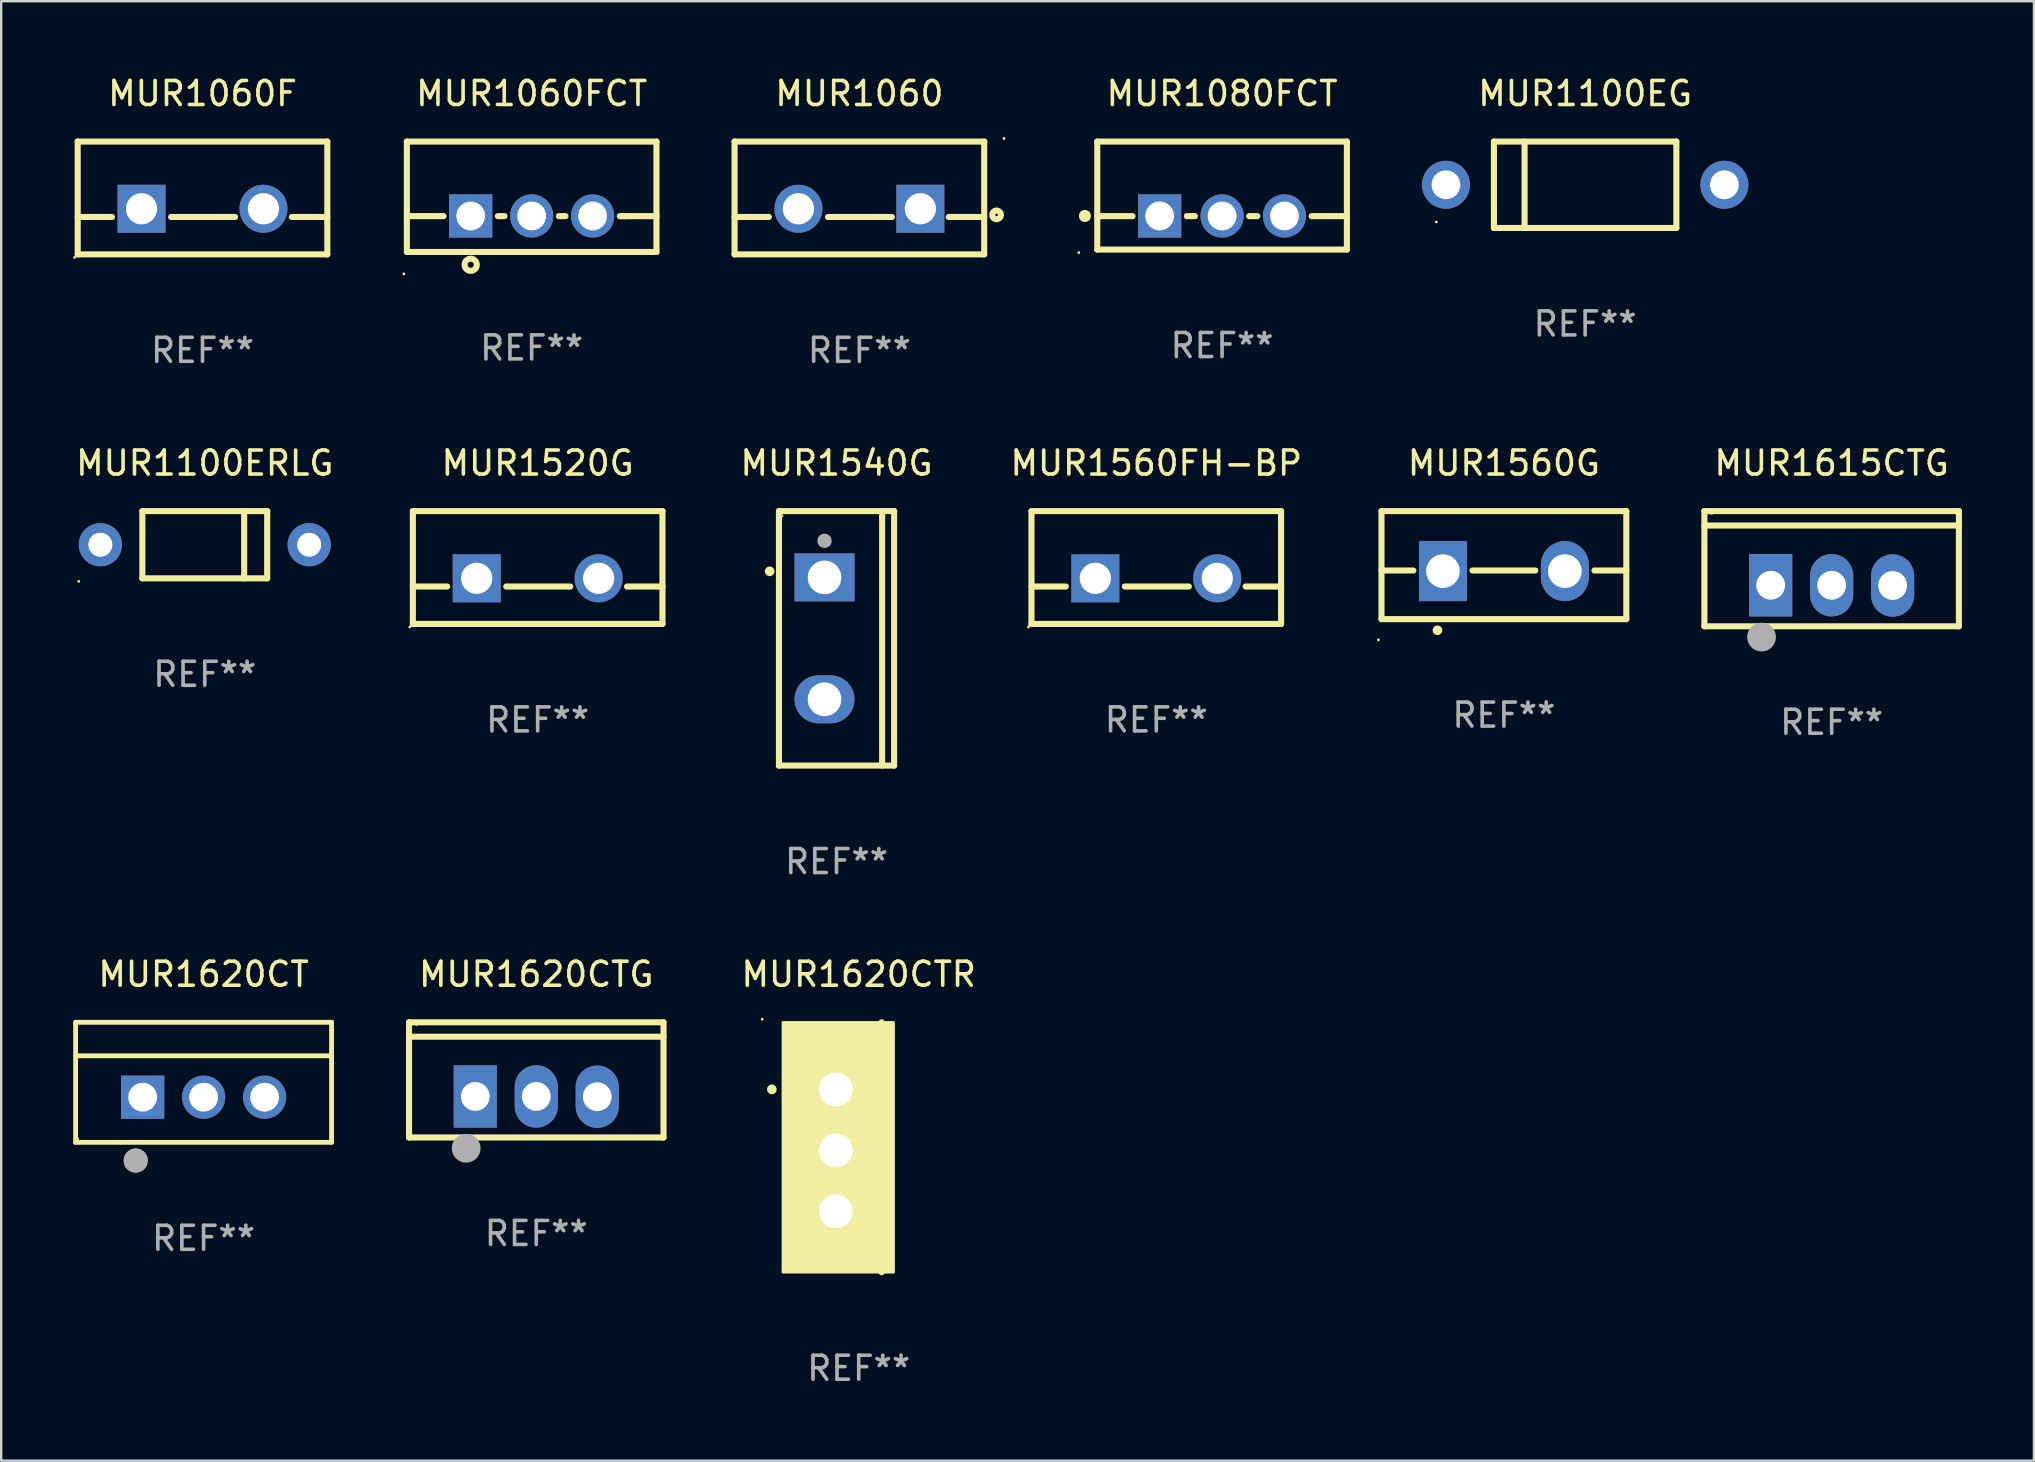
<source format=kicad_pcb>
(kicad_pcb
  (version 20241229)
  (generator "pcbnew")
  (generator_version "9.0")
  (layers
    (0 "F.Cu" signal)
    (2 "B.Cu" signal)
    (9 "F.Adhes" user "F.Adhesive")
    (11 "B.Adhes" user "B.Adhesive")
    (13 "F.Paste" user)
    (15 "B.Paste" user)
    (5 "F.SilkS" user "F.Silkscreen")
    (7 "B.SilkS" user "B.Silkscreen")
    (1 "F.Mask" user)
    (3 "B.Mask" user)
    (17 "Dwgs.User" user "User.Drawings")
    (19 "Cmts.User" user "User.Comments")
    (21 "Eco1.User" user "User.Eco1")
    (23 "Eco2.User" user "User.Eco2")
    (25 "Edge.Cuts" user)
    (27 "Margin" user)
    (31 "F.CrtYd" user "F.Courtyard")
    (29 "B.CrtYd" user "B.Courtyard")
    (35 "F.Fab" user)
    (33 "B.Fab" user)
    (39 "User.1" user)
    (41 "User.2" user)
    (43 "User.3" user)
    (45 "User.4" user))
  (footprint "MUR1615CTG"
    (layer "F.Cu")
    (at 73.263 20.644)
    (property "Reference" "MUR1615CTG" (at 0 -4.399 0) (layer "F.SilkS") (effects (font (size 1 1) (thickness 0.15))))
    (attr through_hole)
    (fp_line (start -5.301 -2.399) (end 5.301 -2.399) (stroke (width 0.254) (type solid)) (layer "F.SilkS"))
    (fp_line (start -5.301 -2.394) (end -5.301 -2.399) (stroke (width 0.254) (type solid)) (layer "F.SilkS"))
    (fp_line (start -5.301 2.399) (end -5.301 -2.394) (stroke (width 0.254) (type solid)) (layer "F.SilkS"))
    (fp_line (start 5.3 -1.8) (end -5.3 -1.8) (stroke (width 0.254) (type solid)) (layer "F.SilkS"))
    (fp_line (start 5.301 -2.399) (end 5.301 2.399) (stroke (width 0.254) (type solid)) (layer "F.SilkS"))
    (fp_line (start 5.301 2.399) (end -5.301 2.399) (stroke (width 0.254) (type solid)) (layer "F.SilkS"))
    (fp_arc (start -2.769977 3.025032) (mid -2.768707 3.025028) (end -2.767437 3.025032) (stroke (width 0.4) (type solid)) (layer "F.SilkS"))
    (fp_circle (center -5 -2.305) (end -4.97 -2.305) (stroke (width 0.06) (type solid)) (fill no) (layer "F.SilkS"))
    (fp_circle (center -2.921 2.849) (end -2.621 2.849) (stroke (width 0.6) (type solid)) (fill no) (layer "F.Fab"))
    (fp_text user "REF**" (at 0 6.399 0) (layer "F.Fab") (effects (font (size 1 1) (thickness 0.15))))
    (pad "1" thru_hole rect (at -2.54 0.69) (size 1.8 2.6) (drill 1.2) (layers "*.Cu" "*.Mask"))
    (pad "2" thru_hole oval (at 0 0.69) (size 1.8 2.6) (drill 1.2) (layers "*.Cu" "*.Mask"))
    (pad "3" thru_hole oval (at 2.54 0.7) (size 1.8 2.6) (drill 1.2) (layers "*.Cu" "*.Mask")))
  (footprint "MUR1620CTG"
    (layer "F.Cu")
    (at 19.293 41.942)
    (property "Reference" "MUR1620CTG" (at 0 -4.399 0) (layer "F.SilkS") (effects (font (size 1 1) (thickness 0.15))))
    (attr through_hole)
    (fp_line (start -5.301 -2.399) (end 5.301 -2.399) (stroke (width 0.254) (type solid)) (layer "F.SilkS"))
    (fp_line (start -5.301 -2.394) (end -5.301 -2.399) (stroke (width 0.254) (type solid)) (layer "F.SilkS"))
    (fp_line (start -5.301 2.399) (end -5.301 -2.394) (stroke (width 0.254) (type solid)) (layer "F.SilkS"))
    (fp_line (start 5.3 -1.8) (end -5.3 -1.8) (stroke (width 0.254) (type solid)) (layer "F.SilkS"))
    (fp_line (start 5.301 -2.399) (end 5.301 2.399) (stroke (width 0.254) (type solid)) (layer "F.SilkS"))
    (fp_line (start 5.301 2.399) (end -5.301 2.399) (stroke (width 0.254) (type solid)) (layer "F.SilkS"))
    (fp_arc (start -2.769977 3.025032) (mid -2.768707 3.025028) (end -2.767437 3.025032) (stroke (width 0.4) (type solid)) (layer "F.SilkS"))
    (fp_circle (center -5 -2.305) (end -4.97 -2.305) (stroke (width 0.06) (type solid)) (fill no) (layer "F.SilkS"))
    (fp_circle (center -2.921 2.849) (end -2.621 2.849) (stroke (width 0.6) (type solid)) (fill no) (layer "F.Fab"))
    (fp_text user "REF**" (at 0 6.399 0) (layer "F.Fab") (effects (font (size 1 1) (thickness 0.15))))
    (pad "1" thru_hole rect (at -2.54 0.69) (size 1.8 2.6) (drill 1.2) (layers "*.Cu" "*.Mask"))
    (pad "2" thru_hole oval (at 0 0.69) (size 1.8 2.6) (drill 1.2) (layers "*.Cu" "*.Mask"))
    (pad "3" thru_hole oval (at 2.54 0.7) (size 1.8 2.6) (drill 1.2) (layers "*.Cu" "*.Mask")))
  (footprint "MUR1060F"
    (layer "F.Cu")
    (at 5.387 5.198)
    (property "Reference" "MUR1060F" (at 0 -4.35 0) (layer "F.SilkS") (effects (font (size 1 1) (thickness 0.15))))
    (attr through_hole)
    (fp_line (start -5.2 -2.35) (end -5.2 2.35) (stroke (width 0.254) (type solid)) (layer "F.SilkS"))
    (fp_line (start -5.2 -2.35) (end 5.2 -2.35) (stroke (width 0.254) (type solid)) (layer "F.SilkS"))
    (fp_line (start -5.2 0.792) (end -3.771 0.792) (stroke (width 0.254) (type solid)) (layer "F.SilkS"))
    (fp_line (start -5.2 2.35) (end 5.2 2.35) (stroke (width 0.254) (type solid)) (layer "F.SilkS"))
    (fp_line (start -1.309 0.792) (end 1.357 0.792) (stroke (width 0.254) (type solid)) (layer "F.SilkS"))
    (fp_line (start 3.723 0.792) (end 5.2 0.792) (stroke (width 0.254) (type solid)) (layer "F.SilkS"))
    (fp_line (start 5.2 -2.35) (end 5.2 2.35) (stroke (width 0.254) (type solid)) (layer "F.SilkS"))
    (fp_circle (center -5.327 2.477) (end -5.297 2.477) (stroke (width 0.06) (type solid)) (fill no) (layer "F.SilkS"))
    (fp_text user "REF**" (at 0 6.35 0) (layer "F.Fab") (effects (font (size 1 1) (thickness 0.15))))
    (pad "1" thru_hole rect (at -2.54 0.45) (size 2 2) (drill 1.3) (layers "*.Cu" "*.Mask"))
    (pad "2" thru_hole circle (at 2.54 0.45) (size 2 2) (drill 1.3) (layers "*.Cu" "*.Mask")))
  (footprint "MUR1620CT"
    (layer "F.Cu")
    (at 5.432 42.043)
    (property "Reference" "MUR1620CT" (at 0 -4.5 0) (layer "F.SilkS") (effects (font (size 1 1) (thickness 0.15))))
    (attr through_hole)
    (fp_line (start -5.332 2.5) (end -5.332 -2.5) (stroke (width 0.201) (type solid)) (layer "F.SilkS"))
    (fp_line (start -5.328 -2.5) (end 5.332 -2.5) (stroke (width 0.201) (type solid)) (layer "F.SilkS"))
    (fp_line (start -5.328 -1.104) (end 5.332 -1.104) (stroke (width 0.201) (type solid)) (layer "F.SilkS"))
    (fp_line (start 5.332 -2.5) (end 5.332 2.5) (stroke (width 0.201) (type solid)) (layer "F.SilkS"))
    (fp_line (start 5.332 2.5) (end -5.332 2.5) (stroke (width 0.201) (type solid)) (layer "F.SilkS"))
    (fp_circle (center -5.248 2.35) (end -5.218 2.35) (stroke (width 0.06) (type solid)) (fill no) (layer "F.SilkS"))
    (fp_circle (center -2.828 3.26) (end -2.578 3.26) (stroke (width 0.5) (type solid)) (fill no) (layer "F.SilkS"))
    (fp_circle (center -2.828 3.26) (end -2.578 3.26) (stroke (width 0.5) (type solid)) (fill no) (layer "F.Fab"))
    (fp_text user "REF**" (at 0 6.5 0) (layer "F.Fab") (effects (font (size 1 1) (thickness 0.15))))
    (pad "1" thru_hole rect (at -2.538 0.62) (size 1.8 1.8) (drill 1.2) (layers "*.Cu" "*.Mask"))
    (pad "2" thru_hole circle (at 0.002 0.62) (size 1.8 1.8) (drill 1.2) (layers "*.Cu" "*.Mask"))
    (pad "3" thru_hole circle (at 2.542 0.62) (size 1.8 1.8) (drill 1.2) (layers "*.Cu" "*.Mask")))
  (footprint "MUR1520G"
    (layer "F.Cu")
    (at 19.351 20.595)
    (property "Reference" "MUR1520G" (at 0 -4.35 0) (layer "F.SilkS") (effects (font (size 1 1) (thickness 0.15))))
    (attr through_hole)
    (fp_line (start -5.2 -2.35) (end -5.2 2.35) (stroke (width 0.254) (type solid)) (layer "F.SilkS"))
    (fp_line (start -5.2 -2.35) (end 5.2 -2.35) (stroke (width 0.254) (type solid)) (layer "F.SilkS"))
    (fp_line (start -5.2 0.792) (end -3.771 0.792) (stroke (width 0.254) (type solid)) (layer "F.SilkS"))
    (fp_line (start -5.2 2.35) (end 5.2 2.35) (stroke (width 0.254) (type solid)) (layer "F.SilkS"))
    (fp_line (start -1.309 0.792) (end 1.357 0.792) (stroke (width 0.254) (type solid)) (layer "F.SilkS"))
    (fp_line (start 3.723 0.792) (end 5.2 0.792) (stroke (width 0.254) (type solid)) (layer "F.SilkS"))
    (fp_line (start 5.2 -2.35) (end 5.2 2.35) (stroke (width 0.254) (type solid)) (layer "F.SilkS"))
    (fp_circle (center -5.327 2.477) (end -5.297 2.477) (stroke (width 0.06) (type solid)) (fill no) (layer "F.SilkS"))
    (fp_text user "REF**" (at 0 6.35 0) (layer "F.Fab") (effects (font (size 1 1) (thickness 0.15))))
    (pad "1" thru_hole rect (at -2.54 0.45) (size 2 2) (drill 1.3) (layers "*.Cu" "*.Mask"))
    (pad "2" thru_hole circle (at 2.54 0.45) (size 2 2) (drill 1.3) (layers "*.Cu" "*.Mask")))
  (footprint "MUR1620CTR"
    (layer "F.Cu")
    (at 32.727 44.75)
    (property "Reference" "MUR1620CTR" (at 0 -7.207 0) (layer "F.SilkS") (effects (font (size 1 1) (thickness 0.15))))
    (attr through_hole)
    (fp_line (start 0.953 5.207) (end 0.953 -5.207) (stroke (width 0.254) (type solid)) (layer "F.SilkS"))
    (fp_arc (start -3.619507 -2.410465) (mid -3.619511 -2.411735) (end -3.619507 -2.413005) (stroke (width 0.4) (type solid)) (layer "F.SilkS"))
    (fp_circle (center -4.02 -5.334) (end -3.99 -5.334) (stroke (width 0.06) (type solid)) (fill no) (layer "F.SilkS"))
    (fp_poly (pts (xy -3.152 -5.2) (xy 1.448 -5.2) (xy 1.448 5.2) (xy -3.152 5.2)) (stroke (width 0.12) (type solid)) (fill yes) (layer "F.SilkS"))
    (fp_text user "REF**" (at 0 9.207 0) (layer "F.Fab") (effects (font (size 1 1) (thickness 0.15))))
    (pad "1" thru_hole rect (at -0.953 -2.413 270) (size 2 2.5) (drill 1.4) (layers "*.Cu" "*.Mask"))
    (pad "2" thru_hole oval (at -0.953 0.127 270) (size 2 2.5) (drill 1.4) (layers "*.Cu" "*.Mask"))
    (pad "3" thru_hole oval (at -0.953 2.667 270) (size 2 2.5) (drill 1.4) (layers "*.Cu" "*.Mask")))
  (footprint "MUR1080FCT"
    (layer "F.Cu")
    (at 47.866 5.098)
    (property "Reference" "MUR1080FCT" (at 0 -4.25 0) (layer "F.SilkS") (effects (font (size 1 1) (thickness 0.15))))
    (attr through_hole)
    (fp_line (start -5.2 -2.25) (end -5.2 2.25) (stroke (width 0.254) (type solid)) (layer "F.SilkS"))
    (fp_line (start -5.2 -2.25) (end 5.2 -2.25) (stroke (width 0.254) (type solid)) (layer "F.SilkS"))
    (fp_line (start -5.2 0.857) (end -3.731 0.857) (stroke (width 0.254) (type solid)) (layer "F.SilkS"))
    (fp_line (start -5.2 2.25) (end 5.2 2.25) (stroke (width 0.254) (type solid)) (layer "F.SilkS"))
    (fp_line (start -1.469 0.857) (end -1.131 0.857) (stroke (width 0.254) (type solid)) (layer "F.SilkS"))
    (fp_line (start 1.131 0.857) (end 1.469 0.857) (stroke (width 0.254) (type solid)) (layer "F.SilkS"))
    (fp_line (start 3.731 0.857) (end 5.2 0.857) (stroke (width 0.254) (type solid)) (layer "F.SilkS"))
    (fp_line (start 5.2 -2.25) (end 5.2 2.25) (stroke (width 0.254) (type solid)) (layer "F.SilkS"))
    (fp_circle (center -5.969 2.377) (end -5.939 2.377) (stroke (width 0.06) (type solid)) (fill no) (layer "F.SilkS"))
    (fp_circle (center -5.715 0.85) (end -5.588 0.85) (stroke (width 0.254) (type solid)) (fill no) (layer "F.SilkS"))
    (fp_text user "REF**" (at 0 6.25 0) (layer "F.Fab") (effects (font (size 1 1) (thickness 0.15))))
    (pad "1" thru_hole rect (at -2.6 0.85) (size 1.8 1.8) (drill 1.2) (layers "*.Cu" "*.Mask"))
    (pad "2" thru_hole circle (at 0 0.85) (size 1.8 1.8) (drill 1.2) (layers "*.Cu" "*.Mask"))
    (pad "3" thru_hole circle (at 2.6 0.85) (size 1.8 1.8) (drill 1.2) (layers "*.Cu" "*.Mask")))
  (footprint "MUR1060"
    (layer "F.Cu")
    (at 32.755 5.198)
    (property "Reference" "MUR1060" (at 0 -4.35 0) (layer "F.SilkS") (effects (font (size 1 1) (thickness 0.15))))
    (attr through_hole)
    (fp_line (start -5.2 -2.35) (end -5.2 2.35) (stroke (width 0.254) (type solid)) (layer "F.SilkS"))
    (fp_line (start -5.2 -2.35) (end 5.2 -2.35) (stroke (width 0.254) (type solid)) (layer "F.SilkS"))
    (fp_line (start -5.2 0.792) (end -3.771 0.792) (stroke (width 0.254) (type solid)) (layer "F.SilkS"))
    (fp_line (start -5.2 2.35) (end 5.2 2.35) (stroke (width 0.254) (type solid)) (layer "F.SilkS"))
    (fp_line (start -1.309 0.792) (end 1.357 0.792) (stroke (width 0.254) (type solid)) (layer "F.SilkS"))
    (fp_line (start 3.723 0.792) (end 5.2 0.792) (stroke (width 0.254) (type solid)) (layer "F.SilkS"))
    (fp_line (start 5.2 -2.35) (end 5.2 2.35) (stroke (width 0.254) (type solid)) (layer "F.SilkS"))
    (fp_circle (center 5.715 0.704) (end 5.895 0.704) (stroke (width 0.254) (type solid)) (fill no) (layer "F.SilkS"))
    (fp_circle (center 6.022 -2.477) (end 6.052 -2.477) (stroke (width 0.06) (type solid)) (fill no) (layer "F.SilkS"))
    (fp_text user "REF**" (at 0 6.35 0) (layer "F.Fab") (effects (font (size 1 1) (thickness 0.15))))
    (pad "1" thru_hole rect (at 2.54 0.45) (size 2 2) (drill 1.3) (layers "*.Cu" "*.Mask"))
    (pad "2" thru_hole circle (at -2.54 0.45) (size 2 2) (drill 1.3) (layers "*.Cu" "*.Mask")))
  (footprint "MUR1100EG"
    (layer "F.Cu")
    (at 62.993 4.648)
    (property "Reference" "MUR1100EG" (at 0 -3.8 0) (layer "F.SilkS") (effects (font (size 1 1) (thickness 0.15))))
    (attr through_hole)
    (fp_line (start -3.8 -1.8) (end -3.8 1.8) (stroke (width 0.254) (type solid)) (layer "F.SilkS"))
    (fp_line (start -3.8 -1.8) (end 3.8 -1.8) (stroke (width 0.254) (type solid)) (layer "F.SilkS"))
    (fp_line (start -3.8 1.8) (end 3.8 1.8) (stroke (width 0.254) (type solid)) (layer "F.SilkS"))
    (fp_line (start -2.524 -1.8) (end -2.524 1.8) (stroke (width 0.254) (type solid)) (layer "F.SilkS"))
    (fp_line (start 3.8 -1.8) (end 3.8 1.8) (stroke (width 0.254) (type solid)) (layer "F.SilkS"))
    (fp_circle (center -6.2 1.55) (end -6.17 1.55) (stroke (width 0.06) (type solid)) (fill no) (layer "F.SilkS"))
    (fp_text user "REF**" (at 0 5.8 0) (layer "F.Fab") (effects (font (size 1 1) (thickness 0.15))))
    (pad "1" thru_hole circle (at -5.8 0) (size 2 2) (drill 1.2) (layers "*.Cu" "*.Mask"))
    (pad "2" thru_hole circle (at 5.8 0) (size 2 2) (drill 1.2) (layers "*.Cu" "*.Mask")))
  (footprint "MUR1100ERLG"
    (layer "F.Cu")
    (at 5.482 19.645)
    (property "Reference" "MUR1100ERLG" (at 0 -3.4 0) (layer "F.SilkS") (effects (font (size 1 1) (thickness 0.15))))
    (attr through_hole)
    (fp_line (start -2.6 1.4) (end -2.6 -1.4) (stroke (width 0.254) (type solid)) (layer "F.SilkS"))
    (fp_line (start 1.641 1.4) (end 1.641 -1.4) (stroke (width 0.254) (type solid)) (layer "F.SilkS"))
    (fp_line (start 2.6 -1.4) (end -2.6 -1.4) (stroke (width 0.254) (type solid)) (layer "F.SilkS"))
    (fp_line (start 2.6 1.4) (end -2.6 1.4) (stroke (width 0.254) (type solid)) (layer "F.SilkS"))
    (fp_line (start 2.6 1.4) (end 2.6 -1.4) (stroke (width 0.254) (type solid)) (layer "F.SilkS"))
    (fp_circle (center -5.25 1.527) (end -5.22 1.527) (stroke (width 0.06) (type solid)) (fill no) (layer "F.SilkS"))
    (fp_text user "REF**" (at 0 5.4 0) (layer "F.Fab") (effects (font (size 1 1) (thickness 0.15))))
    (pad "1" thru_hole circle (at -4.35 0) (size 1.8 1.8) (drill 1) (layers "*.Cu" "*.Mask"))
    (pad "2" thru_hole circle (at 4.35 0) (size 1.8 1.8) (drill 1) (layers "*.Cu" "*.Mask")))
  (footprint "MUR1060FCT"
    (layer "F.Cu")
    (at 19.101 5.148)
    (property "Reference" "MUR1060FCT" (at 0 -4.3 0) (layer "F.SilkS") (effects (font (size 1 1) (thickness 0.15))))
    (attr through_hole)
    (fp_line (start -5.2 -2.3) (end -5.2 2.3) (stroke (width 0.254) (type solid)) (layer "F.SilkS"))
    (fp_line (start -5.2 -2.3) (end 5.2 -2.3) (stroke (width 0.254) (type solid)) (layer "F.SilkS"))
    (fp_line (start -5.2 0.807) (end -3.731 0.807) (stroke (width 0.254) (type solid)) (layer "F.SilkS"))
    (fp_line (start -5.2 2.3) (end 5.2 2.3) (stroke (width 0.254) (type solid)) (layer "F.SilkS"))
    (fp_line (start -3.731 0.807) (end -3.671 0.807) (stroke (width 0.254) (type solid)) (layer "F.SilkS"))
    (fp_line (start -1.409 0.807) (end -1.131 0.807) (stroke (width 0.254) (type solid)) (layer "F.SilkS"))
    (fp_line (start 1.131 0.807) (end 1.409 0.807) (stroke (width 0.254) (type solid)) (layer "F.SilkS"))
    (fp_line (start 3.671 0.807) (end 3.926 0.807) (stroke (width 0.254) (type solid)) (layer "F.SilkS"))
    (fp_line (start 3.731 0.807) (end 5.2 0.807) (stroke (width 0.254) (type solid)) (layer "F.SilkS"))
    (fp_line (start 5.2 -2.3) (end 5.2 2.3) (stroke (width 0.254) (type solid)) (layer "F.SilkS"))
    (fp_circle (center -5.327 3.213) (end -5.297 3.213) (stroke (width 0.06) (type solid)) (fill no) (layer "F.SilkS"))
    (fp_circle (center -2.54 2.832) (end -2.286 2.832) (stroke (width 0.254) (type solid)) (fill no) (layer "F.SilkS"))
    (fp_text user "REF**" (at 0 6.3 0) (layer "F.Fab") (effects (font (size 1 1) (thickness 0.15))))
    (pad "1" thru_hole rect (at -2.54 0.8) (size 1.8 1.8) (drill 1.2) (layers "*.Cu" "*.Mask"))
    (pad "2" thru_hole circle (at 0 0.8) (size 1.8 1.8) (drill 1.2) (layers "*.Cu" "*.Mask"))
    (pad "3" thru_hole circle (at 2.54 0.8) (size 1.8 1.8) (drill 1.2) (layers "*.Cu" "*.Mask")))
  (footprint "MUR1540G"
    (layer "F.Cu")
    (at 31.803 23.546)
    (property "Reference" "MUR1540G" (at 0 -7.301 0) (layer "F.SilkS") (effects (font (size 1 1) (thickness 0.15))))
    (attr through_hole)
    (fp_line (start -2.399 -5.301) (end 2.394 -5.301) (stroke (width 0.254) (type solid)) (layer "F.SilkS"))
    (fp_line (start -2.399 5.301) (end -2.399 -5.301) (stroke (width 0.254) (type solid)) (layer "F.SilkS"))
    (fp_line (start 1.9 -5.061) (end 1.9 -5.3) (stroke (width 0.254) (type solid)) (layer "F.SilkS"))
    (fp_line (start 1.9 5.3) (end 1.9 -5.061) (stroke (width 0.254) (type solid)) (layer "F.SilkS"))
    (fp_line (start 2.394 -5.301) (end 2.399 -5.301) (stroke (width 0.254) (type solid)) (layer "F.SilkS"))
    (fp_line (start 2.399 -5.301) (end 2.399 5.301) (stroke (width 0.254) (type solid)) (layer "F.SilkS"))
    (fp_line (start 2.399 5.301) (end -2.399 5.301) (stroke (width 0.254) (type solid)) (layer "F.SilkS"))
    (fp_arc (start -2.786043 -2.791466) (mid -2.786047 -2.792736) (end -2.786043 -2.794006) (stroke (width 0.4) (type solid)) (layer "F.SilkS"))
    (fp_circle (center -2.275 -5.1) (end -2.245 -5.1) (stroke (width 0.06) (type solid)) (fill no) (layer "F.SilkS"))
    (fp_circle (center -0.5 -4.064) (end -0.35 -4.064) (stroke (width 0.3) (type solid)) (fill no) (layer "F.Fab"))
    (fp_text user "REF**" (at 0 9.301 0) (layer "F.Fab") (effects (font (size 1 1) (thickness 0.15))))
    (pad "1" thru_hole rect (at -0.5 -2.54 270) (size 2 2.5) (drill 1.4) (layers "*.Cu" "*.Mask"))
    (pad "3" thru_hole oval (at -0.5 2.54 270) (size 2 2.5) (drill 1.4) (layers "*.Cu" "*.Mask")))
  (footprint "MUR1560G"
    (layer "F.Cu")
    (at 59.608 20.495)
    (property "Reference" "MUR1560G" (at 0 -4.25 0) (layer "F.SilkS") (effects (font (size 1 1) (thickness 0.15))))
    (attr through_hole)
    (fp_line (start -5.1 -2.25) (end -5.1 2.25) (stroke (width 0.254) (type solid)) (layer "F.SilkS"))
    (fp_line (start -5.1 0.224) (end -3.772 0.224) (stroke (width 0.254) (type solid)) (layer "F.SilkS"))
    (fp_line (start -5.1 2.25) (end 5.1 2.25) (stroke (width 0.254) (type solid)) (layer "F.SilkS"))
    (fp_line (start -1.308 0.224) (end 1.309 0.224) (stroke (width 0.254) (type solid)) (layer "F.SilkS"))
    (fp_line (start 3.771 0.224) (end 5.1 0.224) (stroke (width 0.254) (type solid)) (layer "F.SilkS"))
    (fp_line (start 5.1 -2.25) (end -5.1 -2.25) (stroke (width 0.254) (type solid)) (layer "F.SilkS"))
    (fp_line (start 5.1 -2.25) (end 5.1 2.25) (stroke (width 0.254) (type solid)) (layer "F.SilkS"))
    (fp_arc (start -2.768606 2.713805) (mid -2.767336 2.713801) (end -2.766066 2.713805) (stroke (width 0.4) (type solid)) (layer "F.SilkS"))
    (fp_circle (center -5.227 3.114) (end -5.197 3.114) (stroke (width 0.06) (type solid)) (fill no) (layer "F.SilkS"))
    (fp_text user "REF**" (at 0 6.25 0) (layer "F.Fab") (effects (font (size 1 1) (thickness 0.15))))
    (pad "1" thru_hole rect (at -2.54 0.25) (size 2 2.5) (drill 1.4) (layers "*.Cu" "*.Mask"))
    (pad "3" thru_hole oval (at 2.54 0.25) (size 2 2.5) (drill 1.4) (layers "*.Cu" "*.Mask")))
  (footprint "MUR1560FH-BP"
    (layer "F.Cu")
    (at 45.125 20.595)
    (property "Reference" "MUR1560FH-BP" (at 0 -4.35 0) (layer "F.SilkS") (effects (font (size 1 1) (thickness 0.15))))
    (attr through_hole)
    (fp_line (start -5.2 -2.35) (end -5.2 2.35) (stroke (width 0.254) (type solid)) (layer "F.SilkS"))
    (fp_line (start -5.2 -2.35) (end 5.2 -2.35) (stroke (width 0.254) (type solid)) (layer "F.SilkS"))
    (fp_line (start -5.2 0.792) (end -3.771 0.792) (stroke (width 0.254) (type solid)) (layer "F.SilkS"))
    (fp_line (start -5.2 2.35) (end 5.2 2.35) (stroke (width 0.254) (type solid)) (layer "F.SilkS"))
    (fp_line (start -1.309 0.792) (end 1.357 0.792) (stroke (width 0.254) (type solid)) (layer "F.SilkS"))
    (fp_line (start 3.723 0.792) (end 5.2 0.792) (stroke (width 0.254) (type solid)) (layer "F.SilkS"))
    (fp_line (start 5.2 -2.35) (end 5.2 2.35) (stroke (width 0.254) (type solid)) (layer "F.SilkS"))
    (fp_circle (center -5.327 2.477) (end -5.297 2.477) (stroke (width 0.06) (type solid)) (fill no) (layer "F.SilkS"))
    (fp_text user "REF**" (at 0 6.35 0) (layer "F.Fab") (effects (font (size 1 1) (thickness 0.15))))
    (pad "1" thru_hole rect (at -2.54 0.45) (size 2 2) (drill 1.3) (layers "*.Cu" "*.Mask"))
    (pad "2" thru_hole circle (at 2.54 0.45) (size 2 2) (drill 1.3) (layers "*.Cu" "*.Mask")))
  (gr_rect
    (start -3 -3)
    (end 81.691 57.806)
    (stroke (width 0.1) (type default))
    (fill no)
    (layer "Edge.Cuts")))
</source>
